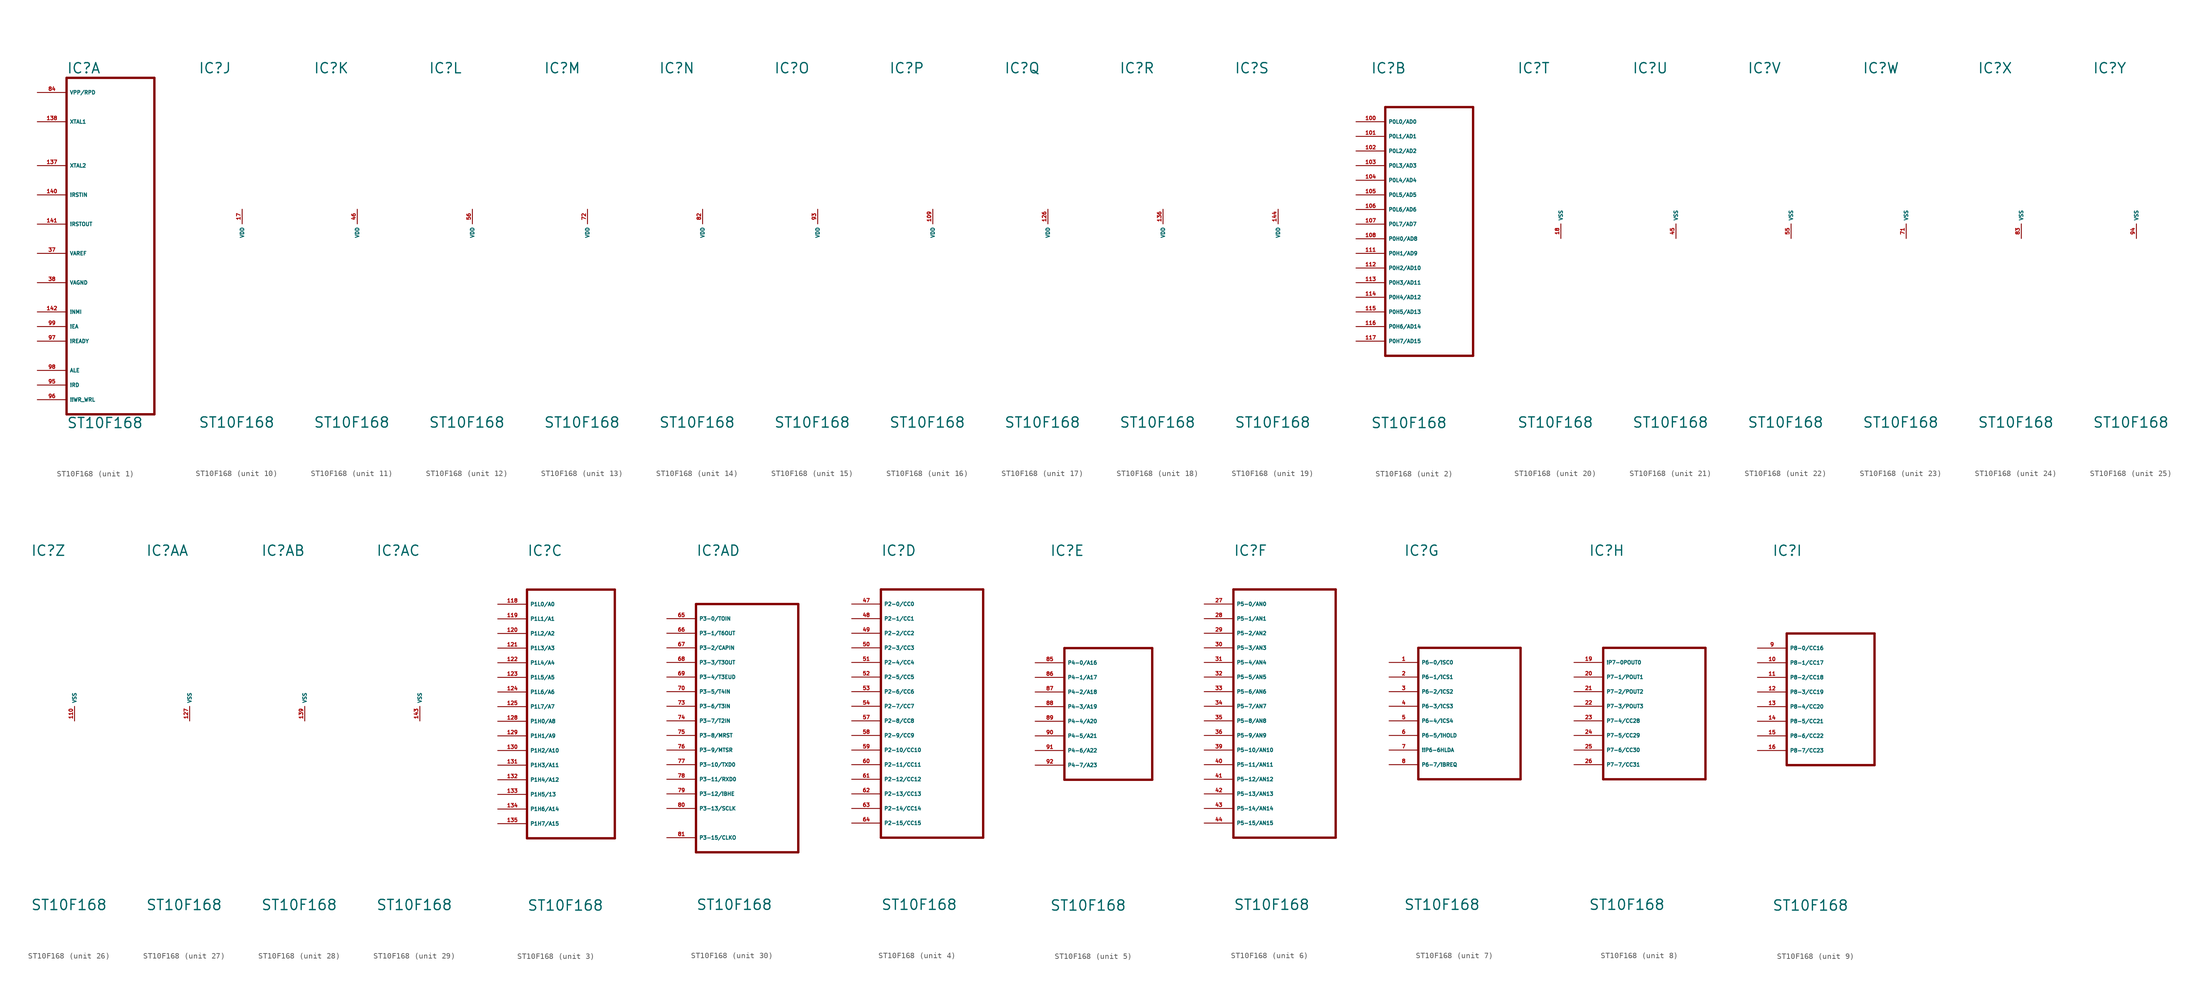
<source format=kicad_sym>
(kicad_symbol_lib
  (version 20220914)
  (generator Eagle2Kicad)
  (symbol "ST10F168"
    (property "Reference" "IC"
      (at -7.62 26.035 0)
      (effects (font (size 1.778 1.778) (thickness 0.22)) (justify left bottom)))
    (property "Value" "ST10F168"
      (at -7.62 -35.56 0)
      (effects (font (size 1.778 1.778) (thickness 0.22)) (justify left bottom)))
    (symbol "ST10F168_1_0"
      (polyline (pts (xy 7.62 25.4) (xy -7.62 25.4)) (stroke (width 0.406) (type default)) (fill (type none)))
      (polyline (pts (xy -7.62 25.4) (xy -7.62 -33.02)) (stroke (width 0.406) (type default)) (fill (type none)))
      (polyline (pts (xy -7.62 -33.02) (xy 7.62 -33.02)) (stroke (width 0.406) (type default)) (fill (type none)))
      (polyline (pts (xy 7.62 -33.02) (xy 7.62 25.4)) (stroke (width 0.406) (type default)) (fill (type none)))
      (pin input line (at -12.7 17.78 0) (length 5.08) (name "XTAL1" (effects (font (size 0.635 0.635) (thickness 0.08)) (justify left bottom))) (number "138" (effects (font (size 0.635 0.635) (thickness 0.08)) (justify left bottom))))
      (pin output line (at -12.7 10.16 0) (length 5.08) (name "XTAL2" (effects (font (size 0.635 0.635) (thickness 0.08)) (justify left bottom))) (number "137" (effects (font (size 0.635 0.635) (thickness 0.08)) (justify left bottom))))
      (pin input line (at -12.7 5.08 0) (length 5.08) (name "!RSTIN" (effects (font (size 0.635 0.635) (thickness 0.08)) (justify left bottom))) (number "140" (effects (font (size 0.635 0.635) (thickness 0.08)) (justify left bottom))))
      (pin output line (at -12.7 0 0) (length 5.08) (name "!RSTOUT" (effects (font (size 0.635 0.635) (thickness 0.08)) (justify left bottom))) (number "141" (effects (font (size 0.635 0.635) (thickness 0.08)) (justify left bottom))))
      (pin input line (at -12.7 -15.24 0) (length 5.08) (name "!NMI" (effects (font (size 0.635 0.635) (thickness 0.08)) (justify left bottom))) (number "142" (effects (font (size 0.635 0.635) (thickness 0.08)) (justify left bottom))))
      (pin output line (at -12.7 -25.4 0) (length 5.08) (name "ALE" (effects (font (size 0.635 0.635) (thickness 0.08)) (justify left bottom))) (number "98" (effects (font (size 0.635 0.635) (thickness 0.08)) (justify left bottom))))
      (pin output line (at -12.7 -27.94 0) (length 5.08) (name "!RD" (effects (font (size 0.635 0.635) (thickness 0.08)) (justify left bottom))) (number "95" (effects (font (size 0.635 0.635) (thickness 0.08)) (justify left bottom))))
      (pin passive line (at -12.7 -5.08 0) (length 5.08) (name "VAREF" (effects (font (size 0.635 0.635) (thickness 0.08)) (justify left bottom))) (number "37" (effects (font (size 0.635 0.635) (thickness 0.08)) (justify left bottom))))
      (pin passive line (at -12.7 -10.16 0) (length 5.08) (name "VAGND" (effects (font (size 0.635 0.635) (thickness 0.08)) (justify left bottom))) (number "38" (effects (font (size 0.635 0.635) (thickness 0.08)) (justify left bottom))))
      (pin input line (at -12.7 -17.78 0) (length 5.08) (name "!EA" (effects (font (size 0.635 0.635) (thickness 0.08)) (justify left bottom))) (number "99" (effects (font (size 0.635 0.635) (thickness 0.08)) (justify left bottom))))
      (pin input line (at -12.7 -20.32 0) (length 5.08) (name "!READY" (effects (font (size 0.635 0.635) (thickness 0.08)) (justify left bottom))) (number "97" (effects (font (size 0.635 0.635) (thickness 0.08)) (justify left bottom))))
      (pin output line (at -12.7 -30.48 0) (length 5.08) (name "!!WR_WRL" (effects (font (size 0.635 0.635) (thickness 0.08)) (justify left bottom))) (number "96" (effects (font (size 0.635 0.635) (thickness 0.08)) (justify left bottom))))
      (pin input line (at -12.7 22.86 0) (length 5.08) (name "VPP/RPD" (effects (font (size 0.635 0.635) (thickness 0.08)) (justify left bottom))) (number "84" (effects (font (size 0.635 0.635) (thickness 0.08)) (justify left bottom)))))
    (symbol "ST10F168_2_0"
      (polyline (pts (xy 10.16 20.32) (xy -5.08 20.32)) (stroke (width 0.406) (type default)) (fill (type none)))
      (polyline (pts (xy -5.08 20.32) (xy -5.08 -22.86)) (stroke (width 0.406) (type default)) (fill (type none)))
      (polyline (pts (xy -5.08 -22.86) (xy 10.16 -22.86)) (stroke (width 0.406) (type default)) (fill (type none)))
      (polyline (pts (xy 10.16 -22.86) (xy 10.16 20.32)) (stroke (width 0.406) (type default)) (fill (type none)))
      (pin bidirectional line (at -10.16 15.24 0) (length 5.08) (name "P0L1/AD1" (effects (font (size 0.635 0.635) (thickness 0.08)) (justify left bottom))) (number "101" (effects (font (size 0.635 0.635) (thickness 0.08)) (justify left bottom))))
      (pin bidirectional line (at -10.16 12.7 0) (length 5.08) (name "P0L2/AD2" (effects (font (size 0.635 0.635) (thickness 0.08)) (justify left bottom))) (number "102" (effects (font (size 0.635 0.635) (thickness 0.08)) (justify left bottom))))
      (pin bidirectional line (at -10.16 10.16 0) (length 5.08) (name "P0L3/AD3" (effects (font (size 0.635 0.635) (thickness 0.08)) (justify left bottom))) (number "103" (effects (font (size 0.635 0.635) (thickness 0.08)) (justify left bottom))))
      (pin bidirectional line (at -10.16 7.62 0) (length 5.08) (name "P0L4/AD4" (effects (font (size 0.635 0.635) (thickness 0.08)) (justify left bottom))) (number "104" (effects (font (size 0.635 0.635) (thickness 0.08)) (justify left bottom))))
      (pin bidirectional line (at -10.16 5.08 0) (length 5.08) (name "P0L5/AD5" (effects (font (size 0.635 0.635) (thickness 0.08)) (justify left bottom))) (number "105" (effects (font (size 0.635 0.635) (thickness 0.08)) (justify left bottom))))
      (pin bidirectional line (at -10.16 2.54 0) (length 5.08) (name "P0L6/AD6" (effects (font (size 0.635 0.635) (thickness 0.08)) (justify left bottom))) (number "106" (effects (font (size 0.635 0.635) (thickness 0.08)) (justify left bottom))))
      (pin bidirectional line (at -10.16 0 0) (length 5.08) (name "P0L7/AD7" (effects (font (size 0.635 0.635) (thickness 0.08)) (justify left bottom))) (number "107" (effects (font (size 0.635 0.635) (thickness 0.08)) (justify left bottom))))
      (pin bidirectional line (at -10.16 -2.54 0) (length 5.08) (name "P0H0/AD8" (effects (font (size 0.635 0.635) (thickness 0.08)) (justify left bottom))) (number "108" (effects (font (size 0.635 0.635) (thickness 0.08)) (justify left bottom))))
      (pin bidirectional line (at -10.16 -5.08 0) (length 5.08) (name "P0H1/AD9" (effects (font (size 0.635 0.635) (thickness 0.08)) (justify left bottom))) (number "111" (effects (font (size 0.635 0.635) (thickness 0.08)) (justify left bottom))))
      (pin bidirectional line (at -10.16 -7.62 0) (length 5.08) (name "P0H2/AD10" (effects (font (size 0.635 0.635) (thickness 0.08)) (justify left bottom))) (number "112" (effects (font (size 0.635 0.635) (thickness 0.08)) (justify left bottom))))
      (pin bidirectional line (at -10.16 -10.16 0) (length 5.08) (name "P0H3/AD11" (effects (font (size 0.635 0.635) (thickness 0.08)) (justify left bottom))) (number "113" (effects (font (size 0.635 0.635) (thickness 0.08)) (justify left bottom))))
      (pin bidirectional line (at -10.16 -12.7 0) (length 5.08) (name "P0H4/AD12" (effects (font (size 0.635 0.635) (thickness 0.08)) (justify left bottom))) (number "114" (effects (font (size 0.635 0.635) (thickness 0.08)) (justify left bottom))))
      (pin bidirectional line (at -10.16 -15.24 0) (length 5.08) (name "P0H5/AD13" (effects (font (size 0.635 0.635) (thickness 0.08)) (justify left bottom))) (number "115" (effects (font (size 0.635 0.635) (thickness 0.08)) (justify left bottom))))
      (pin bidirectional line (at -10.16 -17.78 0) (length 5.08) (name "P0H6/AD14" (effects (font (size 0.635 0.635) (thickness 0.08)) (justify left bottom))) (number "116" (effects (font (size 0.635 0.635) (thickness 0.08)) (justify left bottom))))
      (pin bidirectional line (at -10.16 -20.32 0) (length 5.08) (name "P0H7/AD15" (effects (font (size 0.635 0.635) (thickness 0.08)) (justify left bottom))) (number "117" (effects (font (size 0.635 0.635) (thickness 0.08)) (justify left bottom))))
      (pin bidirectional line (at -10.16 17.78 0) (length 5.08) (name "P0L0/AD0" (effects (font (size 0.635 0.635) (thickness 0.08)) (justify left bottom))) (number "100" (effects (font (size 0.635 0.635) (thickness 0.08)) (justify left bottom)))))
    (symbol "ST10F168_3_0"
      (polyline (pts (xy 7.62 20.32) (xy -7.62 20.32)) (stroke (width 0.406) (type default)) (fill (type none)))
      (polyline (pts (xy -7.62 20.32) (xy -7.62 -22.86)) (stroke (width 0.406) (type default)) (fill (type none)))
      (polyline (pts (xy -7.62 -22.86) (xy 7.62 -22.86)) (stroke (width 0.406) (type default)) (fill (type none)))
      (polyline (pts (xy 7.62 -22.86) (xy 7.62 20.32)) (stroke (width 0.406) (type default)) (fill (type none)))
      (pin bidirectional line (at -12.7 17.78 0) (length 5.08) (name "P1L0/A0" (effects (font (size 0.635 0.635) (thickness 0.08)) (justify left bottom))) (number "118" (effects (font (size 0.635 0.635) (thickness 0.08)) (justify left bottom))))
      (pin bidirectional line (at -12.7 15.24 0) (length 5.08) (name "P1L1/A1" (effects (font (size 0.635 0.635) (thickness 0.08)) (justify left bottom))) (number "119" (effects (font (size 0.635 0.635) (thickness 0.08)) (justify left bottom))))
      (pin bidirectional line (at -12.7 12.7 0) (length 5.08) (name "P1L2/A2" (effects (font (size 0.635 0.635) (thickness 0.08)) (justify left bottom))) (number "120" (effects (font (size 0.635 0.635) (thickness 0.08)) (justify left bottom))))
      (pin bidirectional line (at -12.7 10.16 0) (length 5.08) (name "P1L3/A3" (effects (font (size 0.635 0.635) (thickness 0.08)) (justify left bottom))) (number "121" (effects (font (size 0.635 0.635) (thickness 0.08)) (justify left bottom))))
      (pin bidirectional line (at -12.7 7.62 0) (length 5.08) (name "P1L4/A4" (effects (font (size 0.635 0.635) (thickness 0.08)) (justify left bottom))) (number "122" (effects (font (size 0.635 0.635) (thickness 0.08)) (justify left bottom))))
      (pin bidirectional line (at -12.7 5.08 0) (length 5.08) (name "P1L5/A5" (effects (font (size 0.635 0.635) (thickness 0.08)) (justify left bottom))) (number "123" (effects (font (size 0.635 0.635) (thickness 0.08)) (justify left bottom))))
      (pin bidirectional line (at -12.7 2.54 0) (length 5.08) (name "P1L6/A6" (effects (font (size 0.635 0.635) (thickness 0.08)) (justify left bottom))) (number "124" (effects (font (size 0.635 0.635) (thickness 0.08)) (justify left bottom))))
      (pin bidirectional line (at -12.7 0 0) (length 5.08) (name "P1L7/A7" (effects (font (size 0.635 0.635) (thickness 0.08)) (justify left bottom))) (number "125" (effects (font (size 0.635 0.635) (thickness 0.08)) (justify left bottom))))
      (pin bidirectional line (at -12.7 -2.54 0) (length 5.08) (name "P1H0/A8" (effects (font (size 0.635 0.635) (thickness 0.08)) (justify left bottom))) (number "128" (effects (font (size 0.635 0.635) (thickness 0.08)) (justify left bottom))))
      (pin bidirectional line (at -12.7 -5.08 0) (length 5.08) (name "P1H1/A9" (effects (font (size 0.635 0.635) (thickness 0.08)) (justify left bottom))) (number "129" (effects (font (size 0.635 0.635) (thickness 0.08)) (justify left bottom))))
      (pin bidirectional line (at -12.7 -7.62 0) (length 5.08) (name "P1H2/A10" (effects (font (size 0.635 0.635) (thickness 0.08)) (justify left bottom))) (number "130" (effects (font (size 0.635 0.635) (thickness 0.08)) (justify left bottom))))
      (pin bidirectional line (at -12.7 -10.16 0) (length 5.08) (name "P1H3/A11" (effects (font (size 0.635 0.635) (thickness 0.08)) (justify left bottom))) (number "131" (effects (font (size 0.635 0.635) (thickness 0.08)) (justify left bottom))))
      (pin bidirectional line (at -12.7 -12.7 0) (length 5.08) (name "P1H4/A12" (effects (font (size 0.635 0.635) (thickness 0.08)) (justify left bottom))) (number "132" (effects (font (size 0.635 0.635) (thickness 0.08)) (justify left bottom))))
      (pin bidirectional line (at -12.7 -15.24 0) (length 5.08) (name "P1H5/13" (effects (font (size 0.635 0.635) (thickness 0.08)) (justify left bottom))) (number "133" (effects (font (size 0.635 0.635) (thickness 0.08)) (justify left bottom))))
      (pin bidirectional line (at -12.7 -17.78 0) (length 5.08) (name "P1H6/A14" (effects (font (size 0.635 0.635) (thickness 0.08)) (justify left bottom))) (number "134" (effects (font (size 0.635 0.635) (thickness 0.08)) (justify left bottom))))
      (pin bidirectional line (at -12.7 -20.32 0) (length 5.08) (name "P1H7/A15" (effects (font (size 0.635 0.635) (thickness 0.08)) (justify left bottom))) (number "135" (effects (font (size 0.635 0.635) (thickness 0.08)) (justify left bottom)))))
    (symbol "ST10F168_4_0"
      (polyline (pts (xy -7.62 20.32) (xy 10.16 20.32)) (stroke (width 0.406) (type default)) (fill (type none)))
      (polyline (pts (xy 10.16 20.32) (xy 10.16 -22.86)) (stroke (width 0.406) (type default)) (fill (type none)))
      (polyline (pts (xy 10.16 -22.86) (xy -7.62 -22.86)) (stroke (width 0.406) (type default)) (fill (type none)))
      (polyline (pts (xy -7.62 -22.86) (xy -7.62 20.32)) (stroke (width 0.406) (type default)) (fill (type none)))
      (pin bidirectional line (at -12.7 17.78 0) (length 5.08) (name "P2-0/CC0" (effects (font (size 0.635 0.635) (thickness 0.08)) (justify left bottom))) (number "47" (effects (font (size 0.635 0.635) (thickness 0.08)) (justify left bottom))))
      (pin bidirectional line (at -12.7 15.24 0) (length 5.08) (name "P2-1/CC1" (effects (font (size 0.635 0.635) (thickness 0.08)) (justify left bottom))) (number "48" (effects (font (size 0.635 0.635) (thickness 0.08)) (justify left bottom))))
      (pin bidirectional line (at -12.7 12.7 0) (length 5.08) (name "P2-2/CC2" (effects (font (size 0.635 0.635) (thickness 0.08)) (justify left bottom))) (number "49" (effects (font (size 0.635 0.635) (thickness 0.08)) (justify left bottom))))
      (pin bidirectional line (at -12.7 10.16 0) (length 5.08) (name "P2-3/CC3" (effects (font (size 0.635 0.635) (thickness 0.08)) (justify left bottom))) (number "50" (effects (font (size 0.635 0.635) (thickness 0.08)) (justify left bottom))))
      (pin bidirectional line (at -12.7 7.62 0) (length 5.08) (name "P2-4/CC4" (effects (font (size 0.635 0.635) (thickness 0.08)) (justify left bottom))) (number "51" (effects (font (size 0.635 0.635) (thickness 0.08)) (justify left bottom))))
      (pin bidirectional line (at -12.7 5.08 0) (length 5.08) (name "P2-5/CC5" (effects (font (size 0.635 0.635) (thickness 0.08)) (justify left bottom))) (number "52" (effects (font (size 0.635 0.635) (thickness 0.08)) (justify left bottom))))
      (pin bidirectional line (at -12.7 2.54 0) (length 5.08) (name "P2-6/CC6" (effects (font (size 0.635 0.635) (thickness 0.08)) (justify left bottom))) (number "53" (effects (font (size 0.635 0.635) (thickness 0.08)) (justify left bottom))))
      (pin bidirectional line (at -12.7 0 0) (length 5.08) (name "P2-7/CC7" (effects (font (size 0.635 0.635) (thickness 0.08)) (justify left bottom))) (number "54" (effects (font (size 0.635 0.635) (thickness 0.08)) (justify left bottom))))
      (pin bidirectional line (at -12.7 -2.54 0) (length 5.08) (name "P2-8/CC8" (effects (font (size 0.635 0.635) (thickness 0.08)) (justify left bottom))) (number "57" (effects (font (size 0.635 0.635) (thickness 0.08)) (justify left bottom))))
      (pin bidirectional line (at -12.7 -5.08 0) (length 5.08) (name "P2-9/CC9" (effects (font (size 0.635 0.635) (thickness 0.08)) (justify left bottom))) (number "58" (effects (font (size 0.635 0.635) (thickness 0.08)) (justify left bottom))))
      (pin bidirectional line (at -12.7 -7.62 0) (length 5.08) (name "P2-10/CC10" (effects (font (size 0.635 0.635) (thickness 0.08)) (justify left bottom))) (number "59" (effects (font (size 0.635 0.635) (thickness 0.08)) (justify left bottom))))
      (pin bidirectional line (at -12.7 -10.16 0) (length 5.08) (name "P2-11/CC11" (effects (font (size 0.635 0.635) (thickness 0.08)) (justify left bottom))) (number "60" (effects (font (size 0.635 0.635) (thickness 0.08)) (justify left bottom))))
      (pin bidirectional line (at -12.7 -12.7 0) (length 5.08) (name "P2-12/CC12" (effects (font (size 0.635 0.635) (thickness 0.08)) (justify left bottom))) (number "61" (effects (font (size 0.635 0.635) (thickness 0.08)) (justify left bottom))))
      (pin bidirectional line (at -12.7 -15.24 0) (length 5.08) (name "P2-13/CC13" (effects (font (size 0.635 0.635) (thickness 0.08)) (justify left bottom))) (number "62" (effects (font (size 0.635 0.635) (thickness 0.08)) (justify left bottom))))
      (pin bidirectional line (at -12.7 -17.78 0) (length 5.08) (name "P2-14/CC14" (effects (font (size 0.635 0.635) (thickness 0.08)) (justify left bottom))) (number "63" (effects (font (size 0.635 0.635) (thickness 0.08)) (justify left bottom))))
      (pin bidirectional line (at -12.7 -20.32 0) (length 5.08) (name "P2-15/CC15" (effects (font (size 0.635 0.635) (thickness 0.08)) (justify left bottom))) (number "64" (effects (font (size 0.635 0.635) (thickness 0.08)) (justify left bottom)))))
    (symbol "ST10F168_5_0"
      (polyline (pts (xy 10.16 10.16) (xy -5.08 10.16)) (stroke (width 0.406) (type default)) (fill (type none)))
      (polyline (pts (xy -5.08 10.16) (xy -5.08 -12.7)) (stroke (width 0.406) (type default)) (fill (type none)))
      (polyline (pts (xy -5.08 -12.7) (xy 10.16 -12.7)) (stroke (width 0.406) (type default)) (fill (type none)))
      (polyline (pts (xy 10.16 -12.7) (xy 10.16 10.16)) (stroke (width 0.406) (type default)) (fill (type none)))
      (pin bidirectional line (at -10.16 7.62 0) (length 5.08) (name "P4-0/A16" (effects (font (size 0.635 0.635) (thickness 0.08)) (justify left bottom))) (number "85" (effects (font (size 0.635 0.635) (thickness 0.08)) (justify left bottom))))
      (pin bidirectional line (at -10.16 5.08 0) (length 5.08) (name "P4-1/A17" (effects (font (size 0.635 0.635) (thickness 0.08)) (justify left bottom))) (number "86" (effects (font (size 0.635 0.635) (thickness 0.08)) (justify left bottom))))
      (pin bidirectional line (at -10.16 2.54 0) (length 5.08) (name "P4-2/A18" (effects (font (size 0.635 0.635) (thickness 0.08)) (justify left bottom))) (number "87" (effects (font (size 0.635 0.635) (thickness 0.08)) (justify left bottom))))
      (pin bidirectional line (at -10.16 0 0) (length 5.08) (name "P4-3/A19" (effects (font (size 0.635 0.635) (thickness 0.08)) (justify left bottom))) (number "88" (effects (font (size 0.635 0.635) (thickness 0.08)) (justify left bottom))))
      (pin bidirectional line (at -10.16 -2.54 0) (length 5.08) (name "P4-4/A20" (effects (font (size 0.635 0.635) (thickness 0.08)) (justify left bottom))) (number "89" (effects (font (size 0.635 0.635) (thickness 0.08)) (justify left bottom))))
      (pin bidirectional line (at -10.16 -5.08 0) (length 5.08) (name "P4-5/A21" (effects (font (size 0.635 0.635) (thickness 0.08)) (justify left bottom))) (number "90" (effects (font (size 0.635 0.635) (thickness 0.08)) (justify left bottom))))
      (pin bidirectional line (at -10.16 -7.62 0) (length 5.08) (name "P4-6/A22" (effects (font (size 0.635 0.635) (thickness 0.08)) (justify left bottom))) (number "91" (effects (font (size 0.635 0.635) (thickness 0.08)) (justify left bottom))))
      (pin bidirectional line (at -10.16 -10.16 0) (length 5.08) (name "P4-7/A23" (effects (font (size 0.635 0.635) (thickness 0.08)) (justify left bottom))) (number "92" (effects (font (size 0.635 0.635) (thickness 0.08)) (justify left bottom)))))
    (symbol "ST10F168_6_0"
      (polyline (pts (xy 10.16 20.32) (xy -7.62 20.32)) (stroke (width 0.406) (type default)) (fill (type none)))
      (polyline (pts (xy -7.62 20.32) (xy -7.62 -22.86)) (stroke (width 0.406) (type default)) (fill (type none)))
      (polyline (pts (xy -7.62 -22.86) (xy 10.16 -22.86)) (stroke (width 0.406) (type default)) (fill (type none)))
      (polyline (pts (xy 10.16 -22.86) (xy 10.16 20.32)) (stroke (width 0.406) (type default)) (fill (type none)))
      (pin input line (at -12.7 17.78 0) (length 5.08) (name "P5-0/AN0" (effects (font (size 0.635 0.635) (thickness 0.08)) (justify left bottom))) (number "27" (effects (font (size 0.635 0.635) (thickness 0.08)) (justify left bottom))))
      (pin input line (at -12.7 15.24 0) (length 5.08) (name "P5-1/AN1" (effects (font (size 0.635 0.635) (thickness 0.08)) (justify left bottom))) (number "28" (effects (font (size 0.635 0.635) (thickness 0.08)) (justify left bottom))))
      (pin input line (at -12.7 12.7 0) (length 5.08) (name "P5-2/AN2" (effects (font (size 0.635 0.635) (thickness 0.08)) (justify left bottom))) (number "29" (effects (font (size 0.635 0.635) (thickness 0.08)) (justify left bottom))))
      (pin input line (at -12.7 10.16 0) (length 5.08) (name "P5-3/AN3" (effects (font (size 0.635 0.635) (thickness 0.08)) (justify left bottom))) (number "30" (effects (font (size 0.635 0.635) (thickness 0.08)) (justify left bottom))))
      (pin input line (at -12.7 7.62 0) (length 5.08) (name "P5-4/AN4" (effects (font (size 0.635 0.635) (thickness 0.08)) (justify left bottom))) (number "31" (effects (font (size 0.635 0.635) (thickness 0.08)) (justify left bottom))))
      (pin input line (at -12.7 5.08 0) (length 5.08) (name "P5-5/AN5" (effects (font (size 0.635 0.635) (thickness 0.08)) (justify left bottom))) (number "32" (effects (font (size 0.635 0.635) (thickness 0.08)) (justify left bottom))))
      (pin input line (at -12.7 2.54 0) (length 5.08) (name "P5-6/AN6" (effects (font (size 0.635 0.635) (thickness 0.08)) (justify left bottom))) (number "33" (effects (font (size 0.635 0.635) (thickness 0.08)) (justify left bottom))))
      (pin input line (at -12.7 0 0) (length 5.08) (name "P5-7/AN7" (effects (font (size 0.635 0.635) (thickness 0.08)) (justify left bottom))) (number "34" (effects (font (size 0.635 0.635) (thickness 0.08)) (justify left bottom))))
      (pin input line (at -12.7 -2.54 0) (length 5.08) (name "P5-8/AN8" (effects (font (size 0.635 0.635) (thickness 0.08)) (justify left bottom))) (number "35" (effects (font (size 0.635 0.635) (thickness 0.08)) (justify left bottom))))
      (pin input line (at -12.7 -5.08 0) (length 5.08) (name "P5-9/AN9" (effects (font (size 0.635 0.635) (thickness 0.08)) (justify left bottom))) (number "36" (effects (font (size 0.635 0.635) (thickness 0.08)) (justify left bottom))))
      (pin input line (at -12.7 -7.62 0) (length 5.08) (name "P5-10/AN10" (effects (font (size 0.635 0.635) (thickness 0.08)) (justify left bottom))) (number "39" (effects (font (size 0.635 0.635) (thickness 0.08)) (justify left bottom))))
      (pin input line (at -12.7 -10.16 0) (length 5.08) (name "P5-11/AN11" (effects (font (size 0.635 0.635) (thickness 0.08)) (justify left bottom))) (number "40" (effects (font (size 0.635 0.635) (thickness 0.08)) (justify left bottom))))
      (pin input line (at -12.7 -12.7 0) (length 5.08) (name "P5-12/AN12" (effects (font (size 0.635 0.635) (thickness 0.08)) (justify left bottom))) (number "41" (effects (font (size 0.635 0.635) (thickness 0.08)) (justify left bottom))))
      (pin input line (at -12.7 -15.24 0) (length 5.08) (name "P5-13/AN13" (effects (font (size 0.635 0.635) (thickness 0.08)) (justify left bottom))) (number "42" (effects (font (size 0.635 0.635) (thickness 0.08)) (justify left bottom))))
      (pin input line (at -12.7 -17.78 0) (length 5.08) (name "P5-14/AN14" (effects (font (size 0.635 0.635) (thickness 0.08)) (justify left bottom))) (number "43" (effects (font (size 0.635 0.635) (thickness 0.08)) (justify left bottom))))
      (pin input line (at -12.7 -20.32 0) (length 5.08) (name "P5-15/AN15" (effects (font (size 0.635 0.635) (thickness 0.08)) (justify left bottom))) (number "44" (effects (font (size 0.635 0.635) (thickness 0.08)) (justify left bottom)))))
    (symbol "ST10F168_7_0"
      (polyline (pts (xy 12.7 10.16) (xy -5.08 10.16)) (stroke (width 0.406) (type default)) (fill (type none)))
      (polyline (pts (xy -5.08 10.16) (xy -5.08 -12.7)) (stroke (width 0.406) (type default)) (fill (type none)))
      (polyline (pts (xy -5.08 -12.7) (xy 12.7 -12.7)) (stroke (width 0.406) (type default)) (fill (type none)))
      (polyline (pts (xy 12.7 -12.7) (xy 12.7 10.16)) (stroke (width 0.406) (type default)) (fill (type none)))
      (pin bidirectional line (at -10.16 7.62 0) (length 5.08) (name "P6-0/!SC0" (effects (font (size 0.635 0.635) (thickness 0.08)) (justify left bottom))) (number "1" (effects (font (size 0.635 0.635) (thickness 0.08)) (justify left bottom))))
      (pin bidirectional line (at -10.16 5.08 0) (length 5.08) (name "P6-1/!CS1" (effects (font (size 0.635 0.635) (thickness 0.08)) (justify left bottom))) (number "2" (effects (font (size 0.635 0.635) (thickness 0.08)) (justify left bottom))))
      (pin bidirectional line (at -10.16 2.54 0) (length 5.08) (name "P6-2/!CS2" (effects (font (size 0.635 0.635) (thickness 0.08)) (justify left bottom))) (number "3" (effects (font (size 0.635 0.635) (thickness 0.08)) (justify left bottom))))
      (pin bidirectional line (at -10.16 0 0) (length 5.08) (name "P6-3/!CS3" (effects (font (size 0.635 0.635) (thickness 0.08)) (justify left bottom))) (number "4" (effects (font (size 0.635 0.635) (thickness 0.08)) (justify left bottom))))
      (pin bidirectional line (at -10.16 -2.54 0) (length 5.08) (name "P6-4/!CS4" (effects (font (size 0.635 0.635) (thickness 0.08)) (justify left bottom))) (number "5" (effects (font (size 0.635 0.635) (thickness 0.08)) (justify left bottom))))
      (pin bidirectional line (at -10.16 -5.08 0) (length 5.08) (name "P6-5/!HOLD" (effects (font (size 0.635 0.635) (thickness 0.08)) (justify left bottom))) (number "6" (effects (font (size 0.635 0.635) (thickness 0.08)) (justify left bottom))))
      (pin bidirectional line (at -10.16 -7.62 0) (length 5.08) (name "!!P6-6HLDA" (effects (font (size 0.635 0.635) (thickness 0.08)) (justify left bottom))) (number "7" (effects (font (size 0.635 0.635) (thickness 0.08)) (justify left bottom))))
      (pin bidirectional line (at -10.16 -10.16 0) (length 5.08) (name "P6-7/!BREQ" (effects (font (size 0.635 0.635) (thickness 0.08)) (justify left bottom))) (number "8" (effects (font (size 0.635 0.635) (thickness 0.08)) (justify left bottom)))))
    (symbol "ST10F168_8_0"
      (polyline (pts (xy 12.7 10.16) (xy -5.08 10.16)) (stroke (width 0.406) (type default)) (fill (type none)))
      (polyline (pts (xy -5.08 10.16) (xy -5.08 -12.7)) (stroke (width 0.406) (type default)) (fill (type none)))
      (polyline (pts (xy -5.08 -12.7) (xy 12.7 -12.7)) (stroke (width 0.406) (type default)) (fill (type none)))
      (polyline (pts (xy 12.7 -12.7) (xy 12.7 10.16)) (stroke (width 0.406) (type default)) (fill (type none)))
      (pin bidirectional line (at -10.16 7.62 0) (length 5.08) (name "!P7-0POUT0" (effects (font (size 0.635 0.635) (thickness 0.08)) (justify left bottom))) (number "19" (effects (font (size 0.635 0.635) (thickness 0.08)) (justify left bottom))))
      (pin bidirectional line (at -10.16 5.08 0) (length 5.08) (name "P7-1/POUT1" (effects (font (size 0.635 0.635) (thickness 0.08)) (justify left bottom))) (number "20" (effects (font (size 0.635 0.635) (thickness 0.08)) (justify left bottom))))
      (pin bidirectional line (at -10.16 2.54 0) (length 5.08) (name "P7-2/POUT2" (effects (font (size 0.635 0.635) (thickness 0.08)) (justify left bottom))) (number "21" (effects (font (size 0.635 0.635) (thickness 0.08)) (justify left bottom))))
      (pin bidirectional line (at -10.16 0 0) (length 5.08) (name "P7-3/POUT3" (effects (font (size 0.635 0.635) (thickness 0.08)) (justify left bottom))) (number "22" (effects (font (size 0.635 0.635) (thickness 0.08)) (justify left bottom))))
      (pin bidirectional line (at -10.16 -2.54 0) (length 5.08) (name "P7-4/CC28" (effects (font (size 0.635 0.635) (thickness 0.08)) (justify left bottom))) (number "23" (effects (font (size 0.635 0.635) (thickness 0.08)) (justify left bottom))))
      (pin bidirectional line (at -10.16 -5.08 0) (length 5.08) (name "P7-5/CC29" (effects (font (size 0.635 0.635) (thickness 0.08)) (justify left bottom))) (number "24" (effects (font (size 0.635 0.635) (thickness 0.08)) (justify left bottom))))
      (pin bidirectional line (at -10.16 -7.62 0) (length 5.08) (name "P7-6/CC30" (effects (font (size 0.635 0.635) (thickness 0.08)) (justify left bottom))) (number "25" (effects (font (size 0.635 0.635) (thickness 0.08)) (justify left bottom))))
      (pin bidirectional line (at -10.16 -10.16 0) (length 5.08) (name "P7-7/CC31" (effects (font (size 0.635 0.635) (thickness 0.08)) (justify left bottom))) (number "26" (effects (font (size 0.635 0.635) (thickness 0.08)) (justify left bottom)))))
    (symbol "ST10F168_9_0"
      (polyline (pts (xy 10.16 12.7) (xy -5.08 12.7)) (stroke (width 0.406) (type default)) (fill (type none)))
      (polyline (pts (xy -5.08 12.7) (xy -5.08 -10.16)) (stroke (width 0.406) (type default)) (fill (type none)))
      (polyline (pts (xy -5.08 -10.16) (xy 10.16 -10.16)) (stroke (width 0.406) (type default)) (fill (type none)))
      (polyline (pts (xy 10.16 -10.16) (xy 10.16 12.7)) (stroke (width 0.406) (type default)) (fill (type none)))
      (pin bidirectional line (at -10.16 10.16 0) (length 5.08) (name "P8-0/CC16" (effects (font (size 0.635 0.635) (thickness 0.08)) (justify left bottom))) (number "9" (effects (font (size 0.635 0.635) (thickness 0.08)) (justify left bottom))))
      (pin bidirectional line (at -10.16 7.62 0) (length 5.08) (name "P8-1/CC17" (effects (font (size 0.635 0.635) (thickness 0.08)) (justify left bottom))) (number "10" (effects (font (size 0.635 0.635) (thickness 0.08)) (justify left bottom))))
      (pin bidirectional line (at -10.16 5.08 0) (length 5.08) (name "P8-2/CC18" (effects (font (size 0.635 0.635) (thickness 0.08)) (justify left bottom))) (number "11" (effects (font (size 0.635 0.635) (thickness 0.08)) (justify left bottom))))
      (pin bidirectional line (at -10.16 2.54 0) (length 5.08) (name "P8-3/CC19" (effects (font (size 0.635 0.635) (thickness 0.08)) (justify left bottom))) (number "12" (effects (font (size 0.635 0.635) (thickness 0.08)) (justify left bottom))))
      (pin bidirectional line (at -10.16 0 0) (length 5.08) (name "P8-4/CC20" (effects (font (size 0.635 0.635) (thickness 0.08)) (justify left bottom))) (number "13" (effects (font (size 0.635 0.635) (thickness 0.08)) (justify left bottom))))
      (pin bidirectional line (at -10.16 -2.54 0) (length 5.08) (name "P8-5/CC21" (effects (font (size 0.635 0.635) (thickness 0.08)) (justify left bottom))) (number "14" (effects (font (size 0.635 0.635) (thickness 0.08)) (justify left bottom))))
      (pin bidirectional line (at -10.16 -5.08 0) (length 5.08) (name "P8-6/CC22" (effects (font (size 0.635 0.635) (thickness 0.08)) (justify left bottom))) (number "15" (effects (font (size 0.635 0.635) (thickness 0.08)) (justify left bottom))))
      (pin bidirectional line (at -10.16 -7.62 0) (length 5.08) (name "P8-7/CC23" (effects (font (size 0.635 0.635) (thickness 0.08)) (justify left bottom))) (number "16" (effects (font (size 0.635 0.635) (thickness 0.08)) (justify left bottom)))))
    (symbol "ST10F168_10_0"
      (pin unspecified line (at 0 2.54 270) (length 2.54) (name "VDD" (effects (font (size 0.635 0.635) (thickness 0.08)) (justify left bottom))) (number "17" (effects (font (size 0.635 0.635) (thickness 0.08)) (justify left bottom)))))
    (symbol "ST10F168_11_0"
      (pin unspecified line (at 0 2.54 270) (length 2.54) (name "VDD" (effects (font (size 0.635 0.635) (thickness 0.08)) (justify left bottom))) (number "46" (effects (font (size 0.635 0.635) (thickness 0.08)) (justify left bottom)))))
    (symbol "ST10F168_12_0"
      (pin unspecified line (at 0 2.54 270) (length 2.54) (name "VDD" (effects (font (size 0.635 0.635) (thickness 0.08)) (justify left bottom))) (number "56" (effects (font (size 0.635 0.635) (thickness 0.08)) (justify left bottom)))))
    (symbol "ST10F168_13_0"
      (pin unspecified line (at 0 2.54 270) (length 2.54) (name "VDD" (effects (font (size 0.635 0.635) (thickness 0.08)) (justify left bottom))) (number "72" (effects (font (size 0.635 0.635) (thickness 0.08)) (justify left bottom)))))
    (symbol "ST10F168_14_0"
      (pin unspecified line (at 0 2.54 270) (length 2.54) (name "VDD" (effects (font (size 0.635 0.635) (thickness 0.08)) (justify left bottom))) (number "82" (effects (font (size 0.635 0.635) (thickness 0.08)) (justify left bottom)))))
    (symbol "ST10F168_15_0"
      (pin unspecified line (at 0 2.54 270) (length 2.54) (name "VDD" (effects (font (size 0.635 0.635) (thickness 0.08)) (justify left bottom))) (number "93" (effects (font (size 0.635 0.635) (thickness 0.08)) (justify left bottom)))))
    (symbol "ST10F168_16_0"
      (pin unspecified line (at 0 2.54 270) (length 2.54) (name "VDD" (effects (font (size 0.635 0.635) (thickness 0.08)) (justify left bottom))) (number "109" (effects (font (size 0.635 0.635) (thickness 0.08)) (justify left bottom)))))
    (symbol "ST10F168_17_0"
      (pin unspecified line (at 0 2.54 270) (length 2.54) (name "VDD" (effects (font (size 0.635 0.635) (thickness 0.08)) (justify left bottom))) (number "126" (effects (font (size 0.635 0.635) (thickness 0.08)) (justify left bottom)))))
    (symbol "ST10F168_18_0"
      (pin unspecified line (at 0 2.54 270) (length 2.54) (name "VDD" (effects (font (size 0.635 0.635) (thickness 0.08)) (justify left bottom))) (number "136" (effects (font (size 0.635 0.635) (thickness 0.08)) (justify left bottom)))))
    (symbol "ST10F168_19_0"
      (pin unspecified line (at 0 2.54 270) (length 2.54) (name "VDD" (effects (font (size 0.635 0.635) (thickness 0.08)) (justify left bottom))) (number "144" (effects (font (size 0.635 0.635) (thickness 0.08)) (justify left bottom)))))
    (symbol "ST10F168_20_0"
      (pin unspecified line (at 0 -2.54 90) (length 2.54) (name "VSS" (effects (font (size 0.635 0.635) (thickness 0.08)) (justify left bottom))) (number "18" (effects (font (size 0.635 0.635) (thickness 0.08)) (justify left bottom)))))
    (symbol "ST10F168_21_0"
      (pin unspecified line (at 0 -2.54 90) (length 2.54) (name "VSS" (effects (font (size 0.635 0.635) (thickness 0.08)) (justify left bottom))) (number "45" (effects (font (size 0.635 0.635) (thickness 0.08)) (justify left bottom)))))
    (symbol "ST10F168_22_0"
      (pin unspecified line (at 0 -2.54 90) (length 2.54) (name "VSS" (effects (font (size 0.635 0.635) (thickness 0.08)) (justify left bottom))) (number "55" (effects (font (size 0.635 0.635) (thickness 0.08)) (justify left bottom)))))
    (symbol "ST10F168_23_0"
      (pin unspecified line (at 0 -2.54 90) (length 2.54) (name "VSS" (effects (font (size 0.635 0.635) (thickness 0.08)) (justify left bottom))) (number "71" (effects (font (size 0.635 0.635) (thickness 0.08)) (justify left bottom)))))
    (symbol "ST10F168_24_0"
      (pin unspecified line (at 0 -2.54 90) (length 2.54) (name "VSS" (effects (font (size 0.635 0.635) (thickness 0.08)) (justify left bottom))) (number "83" (effects (font (size 0.635 0.635) (thickness 0.08)) (justify left bottom)))))
    (symbol "ST10F168_25_0"
      (pin unspecified line (at 0 -2.54 90) (length 2.54) (name "VSS" (effects (font (size 0.635 0.635) (thickness 0.08)) (justify left bottom))) (number "94" (effects (font (size 0.635 0.635) (thickness 0.08)) (justify left bottom)))))
    (symbol "ST10F168_26_0"
      (pin unspecified line (at 0 -2.54 90) (length 2.54) (name "VSS" (effects (font (size 0.635 0.635) (thickness 0.08)) (justify left bottom))) (number "110" (effects (font (size 0.635 0.635) (thickness 0.08)) (justify left bottom)))))
    (symbol "ST10F168_27_0"
      (pin unspecified line (at 0 -2.54 90) (length 2.54) (name "VSS" (effects (font (size 0.635 0.635) (thickness 0.08)) (justify left bottom))) (number "127" (effects (font (size 0.635 0.635) (thickness 0.08)) (justify left bottom)))))
    (symbol "ST10F168_28_0"
      (pin unspecified line (at 0 -2.54 90) (length 2.54) (name "VSS" (effects (font (size 0.635 0.635) (thickness 0.08)) (justify left bottom))) (number "139" (effects (font (size 0.635 0.635) (thickness 0.08)) (justify left bottom)))))
    (symbol "ST10F168_29_0"
      (pin unspecified line (at 0 -2.54 90) (length 2.54) (name "VSS" (effects (font (size 0.635 0.635) (thickness 0.08)) (justify left bottom))) (number "143" (effects (font (size 0.635 0.635) (thickness 0.08)) (justify left bottom)))))
    (symbol "ST10F168_30_0"
      (polyline (pts (xy 10.16 17.78) (xy -7.62 17.78)) (stroke (width 0.406) (type default)) (fill (type none)))
      (polyline (pts (xy -7.62 17.78) (xy -7.62 -25.4)) (stroke (width 0.406) (type default)) (fill (type none)))
      (polyline (pts (xy -7.62 -25.4) (xy 10.16 -25.4)) (stroke (width 0.406) (type default)) (fill (type none)))
      (polyline (pts (xy 10.16 -25.4) (xy 10.16 17.78)) (stroke (width 0.406) (type default)) (fill (type none)))
      (pin bidirectional line (at -12.7 15.24 0) (length 5.08) (name "P3-0/TOIN" (effects (font (size 0.635 0.635) (thickness 0.08)) (justify left bottom))) (number "65" (effects (font (size 0.635 0.635) (thickness 0.08)) (justify left bottom))))
      (pin bidirectional line (at -12.7 12.7 0) (length 5.08) (name "P3-1/T6OUT" (effects (font (size 0.635 0.635) (thickness 0.08)) (justify left bottom))) (number "66" (effects (font (size 0.635 0.635) (thickness 0.08)) (justify left bottom))))
      (pin bidirectional line (at -12.7 10.16 0) (length 5.08) (name "P3-2/CAPIN" (effects (font (size 0.635 0.635) (thickness 0.08)) (justify left bottom))) (number "67" (effects (font (size 0.635 0.635) (thickness 0.08)) (justify left bottom))))
      (pin bidirectional line (at -12.7 7.62 0) (length 5.08) (name "P3-3/T3OUT" (effects (font (size 0.635 0.635) (thickness 0.08)) (justify left bottom))) (number "68" (effects (font (size 0.635 0.635) (thickness 0.08)) (justify left bottom))))
      (pin bidirectional line (at -12.7 5.08 0) (length 5.08) (name "P3-4/T3EUD" (effects (font (size 0.635 0.635) (thickness 0.08)) (justify left bottom))) (number "69" (effects (font (size 0.635 0.635) (thickness 0.08)) (justify left bottom))))
      (pin bidirectional line (at -12.7 2.54 0) (length 5.08) (name "P3-5/T4IN" (effects (font (size 0.635 0.635) (thickness 0.08)) (justify left bottom))) (number "70" (effects (font (size 0.635 0.635) (thickness 0.08)) (justify left bottom))))
      (pin bidirectional line (at -12.7 0 0) (length 5.08) (name "P3-6/T3IN" (effects (font (size 0.635 0.635) (thickness 0.08)) (justify left bottom))) (number "73" (effects (font (size 0.635 0.635) (thickness 0.08)) (justify left bottom))))
      (pin bidirectional line (at -12.7 -2.54 0) (length 5.08) (name "P3-7/T2IN" (effects (font (size 0.635 0.635) (thickness 0.08)) (justify left bottom))) (number "74" (effects (font (size 0.635 0.635) (thickness 0.08)) (justify left bottom))))
      (pin bidirectional line (at -12.7 -5.08 0) (length 5.08) (name "P3-8/MRST" (effects (font (size 0.635 0.635) (thickness 0.08)) (justify left bottom))) (number "75" (effects (font (size 0.635 0.635) (thickness 0.08)) (justify left bottom))))
      (pin bidirectional line (at -12.7 -7.62 0) (length 5.08) (name "P3-9/MTSR" (effects (font (size 0.635 0.635) (thickness 0.08)) (justify left bottom))) (number "76" (effects (font (size 0.635 0.635) (thickness 0.08)) (justify left bottom))))
      (pin bidirectional line (at -12.7 -10.16 0) (length 5.08) (name "P3-10/TXD0" (effects (font (size 0.635 0.635) (thickness 0.08)) (justify left bottom))) (number "77" (effects (font (size 0.635 0.635) (thickness 0.08)) (justify left bottom))))
      (pin bidirectional line (at -12.7 -12.7 0) (length 5.08) (name "P3-11/RXD0" (effects (font (size 0.635 0.635) (thickness 0.08)) (justify left bottom))) (number "78" (effects (font (size 0.635 0.635) (thickness 0.08)) (justify left bottom))))
      (pin bidirectional line (at -12.7 -15.24 0) (length 5.08) (name "P3-12/!BHE" (effects (font (size 0.635 0.635) (thickness 0.08)) (justify left bottom))) (number "79" (effects (font (size 0.635 0.635) (thickness 0.08)) (justify left bottom))))
      (pin bidirectional line (at -12.7 -17.78 0) (length 5.08) (name "P3-13/SCLK" (effects (font (size 0.635 0.635) (thickness 0.08)) (justify left bottom))) (number "80" (effects (font (size 0.635 0.635) (thickness 0.08)) (justify left bottom))))
      (pin bidirectional line (at -12.7 -22.86 0) (length 5.08) (name "P3-15/CLKO" (effects (font (size 0.635 0.635) (thickness 0.08)) (justify left bottom))) (number "81" (effects (font (size 0.635 0.635) (thickness 0.08)) (justify left bottom)))))))
</source>
